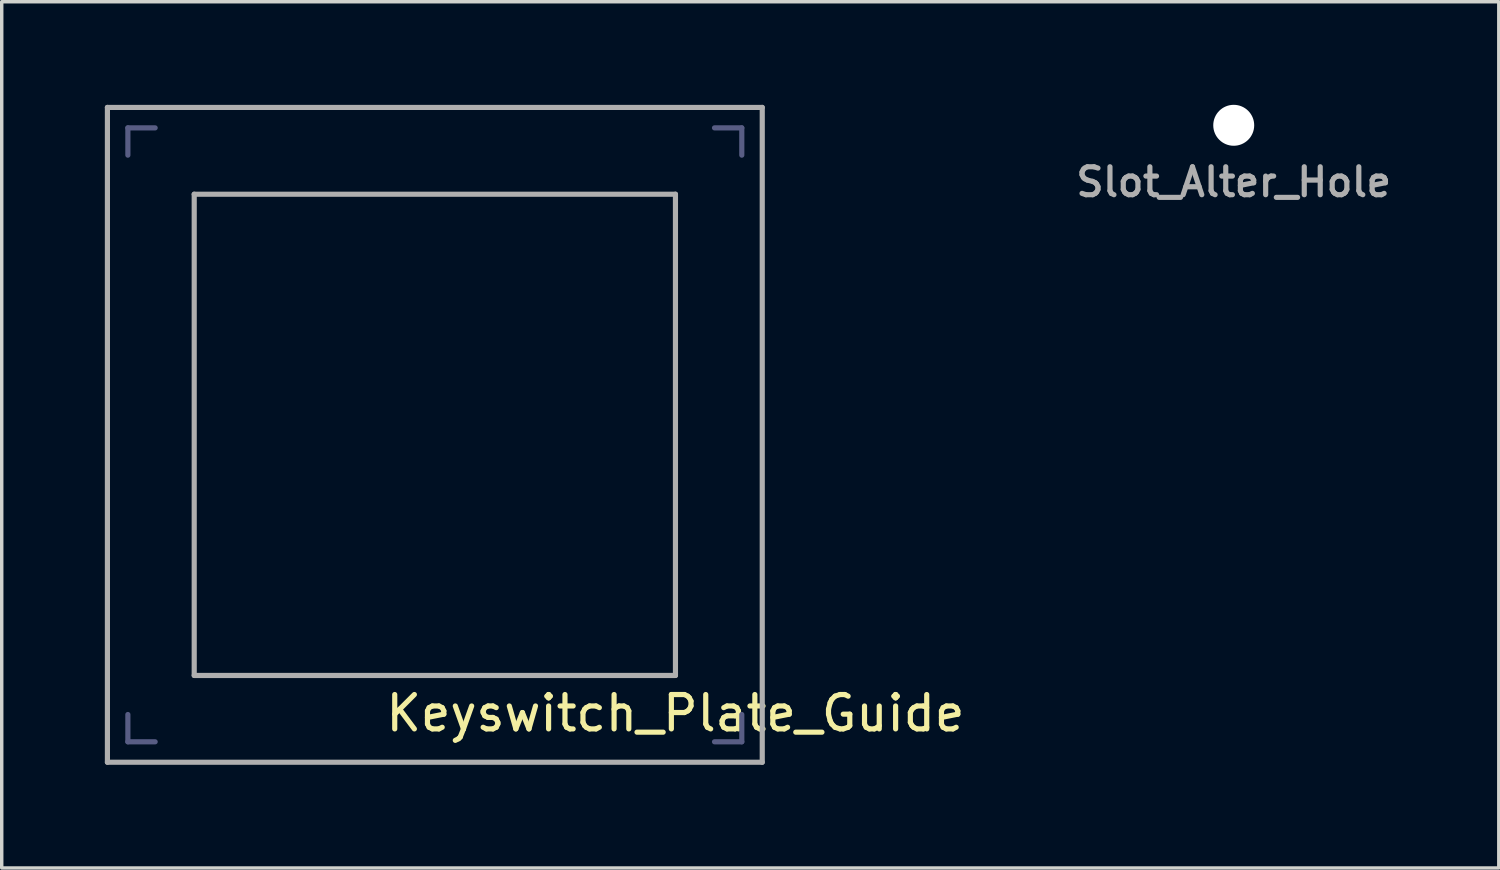
<source format=kicad_pcb>
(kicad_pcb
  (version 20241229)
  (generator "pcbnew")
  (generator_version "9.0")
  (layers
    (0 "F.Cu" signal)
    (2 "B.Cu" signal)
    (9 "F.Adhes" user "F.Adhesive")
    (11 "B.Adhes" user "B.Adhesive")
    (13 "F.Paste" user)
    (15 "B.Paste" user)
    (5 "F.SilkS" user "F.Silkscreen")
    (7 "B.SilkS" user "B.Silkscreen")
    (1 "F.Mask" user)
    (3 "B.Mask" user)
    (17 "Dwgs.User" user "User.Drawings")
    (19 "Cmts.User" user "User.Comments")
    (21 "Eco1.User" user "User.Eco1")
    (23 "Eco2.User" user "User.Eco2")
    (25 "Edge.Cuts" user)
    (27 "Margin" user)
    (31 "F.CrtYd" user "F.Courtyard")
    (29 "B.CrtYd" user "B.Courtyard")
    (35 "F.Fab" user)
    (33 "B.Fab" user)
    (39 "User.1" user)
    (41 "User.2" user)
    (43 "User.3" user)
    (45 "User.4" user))
  (footprint "Slot_Alter_Hole"
    (layer "F.Cu")
    (at 32.841 0.595)
    (property "Reference" "Slot_Alter_Hole" (at 0 1.651 0) (layer "F.Fab") (effects (font (size 0.813 0.813) (thickness 0.15))))
    (attr through_hole)
    (pad "" np_thru_hole circle (at 0 0) (size 1.191 1.191) (drill 1.191) (layers "*.Cu" "*.Mask")))
  (footprint "Keyswitch_Plate_Guide"
    (layer "F.Cu")
    (at 9.6 9.6)
    (property "Reference" "Keyswitch_Plate_Guide" (at 7 8.1 0) (layer "F.SilkS") (effects (font (size 1 1) (thickness 0.15))))
    (attr through_hole)
    (fp_line (start -8.93 -8.93) (end -8.136 -8.93) (stroke (width 0.15) (type solid)) (layer "B.Fab"))
    (fp_line (start -8.93 -8.136) (end -8.93 -8.93) (stroke (width 0.15) (type solid)) (layer "B.Fab"))
    (fp_line (start -8.93 8.93) (end -8.93 8.136) (stroke (width 0.15) (type solid)) (layer "B.Fab"))
    (fp_line (start -8.136 8.93) (end -8.93 8.93) (stroke (width 0.15) (type solid)) (layer "B.Fab"))
    (fp_line (start 8.136 -8.93) (end 8.93 -8.93) (stroke (width 0.15) (type solid)) (layer "B.Fab"))
    (fp_line (start 8.93 -8.93) (end 8.93 -8.136) (stroke (width 0.15) (type solid)) (layer "B.Fab"))
    (fp_line (start 8.93 8.136) (end 8.93 8.93) (stroke (width 0.15) (type solid)) (layer "B.Fab"))
    (fp_line (start 8.93 8.93) (end 8.136 8.93) (stroke (width 0.15) (type solid)) (layer "B.Fab"))
    (fp_line (start -9.525 -9.525) (end 9.525 -9.525) (stroke (width 0.15) (type solid)) (layer "F.Fab"))
    (fp_line (start -9.525 9.525) (end -9.525 -9.525) (stroke (width 0.15) (type solid)) (layer "F.Fab"))
    (fp_line (start -7 -7) (end -7 7) (stroke (width 0.15) (type solid)) (layer "F.Fab"))
    (fp_line (start 7 -7) (end -7 -7) (stroke (width 0.15) (type solid)) (layer "F.Fab"))
    (fp_line (start 7 -7) (end 7 7) (stroke (width 0.15) (type solid)) (layer "F.Fab"))
    (fp_line (start 7 7) (end -7 7) (stroke (width 0.15) (type solid)) (layer "F.Fab"))
    (fp_line (start 9.525 -9.525) (end 9.525 9.525) (stroke (width 0.15) (type solid)) (layer "F.Fab"))
    (fp_line (start 9.525 9.525) (end -9.525 9.525) (stroke (width 0.15) (type solid)) (layer "F.Fab")))
  (gr_rect
    (start -3 -3)
    (end 40.552 22.2)
    (stroke (width 0.1) (type default))
    (fill no)
    (layer "Edge.Cuts")))
</source>
